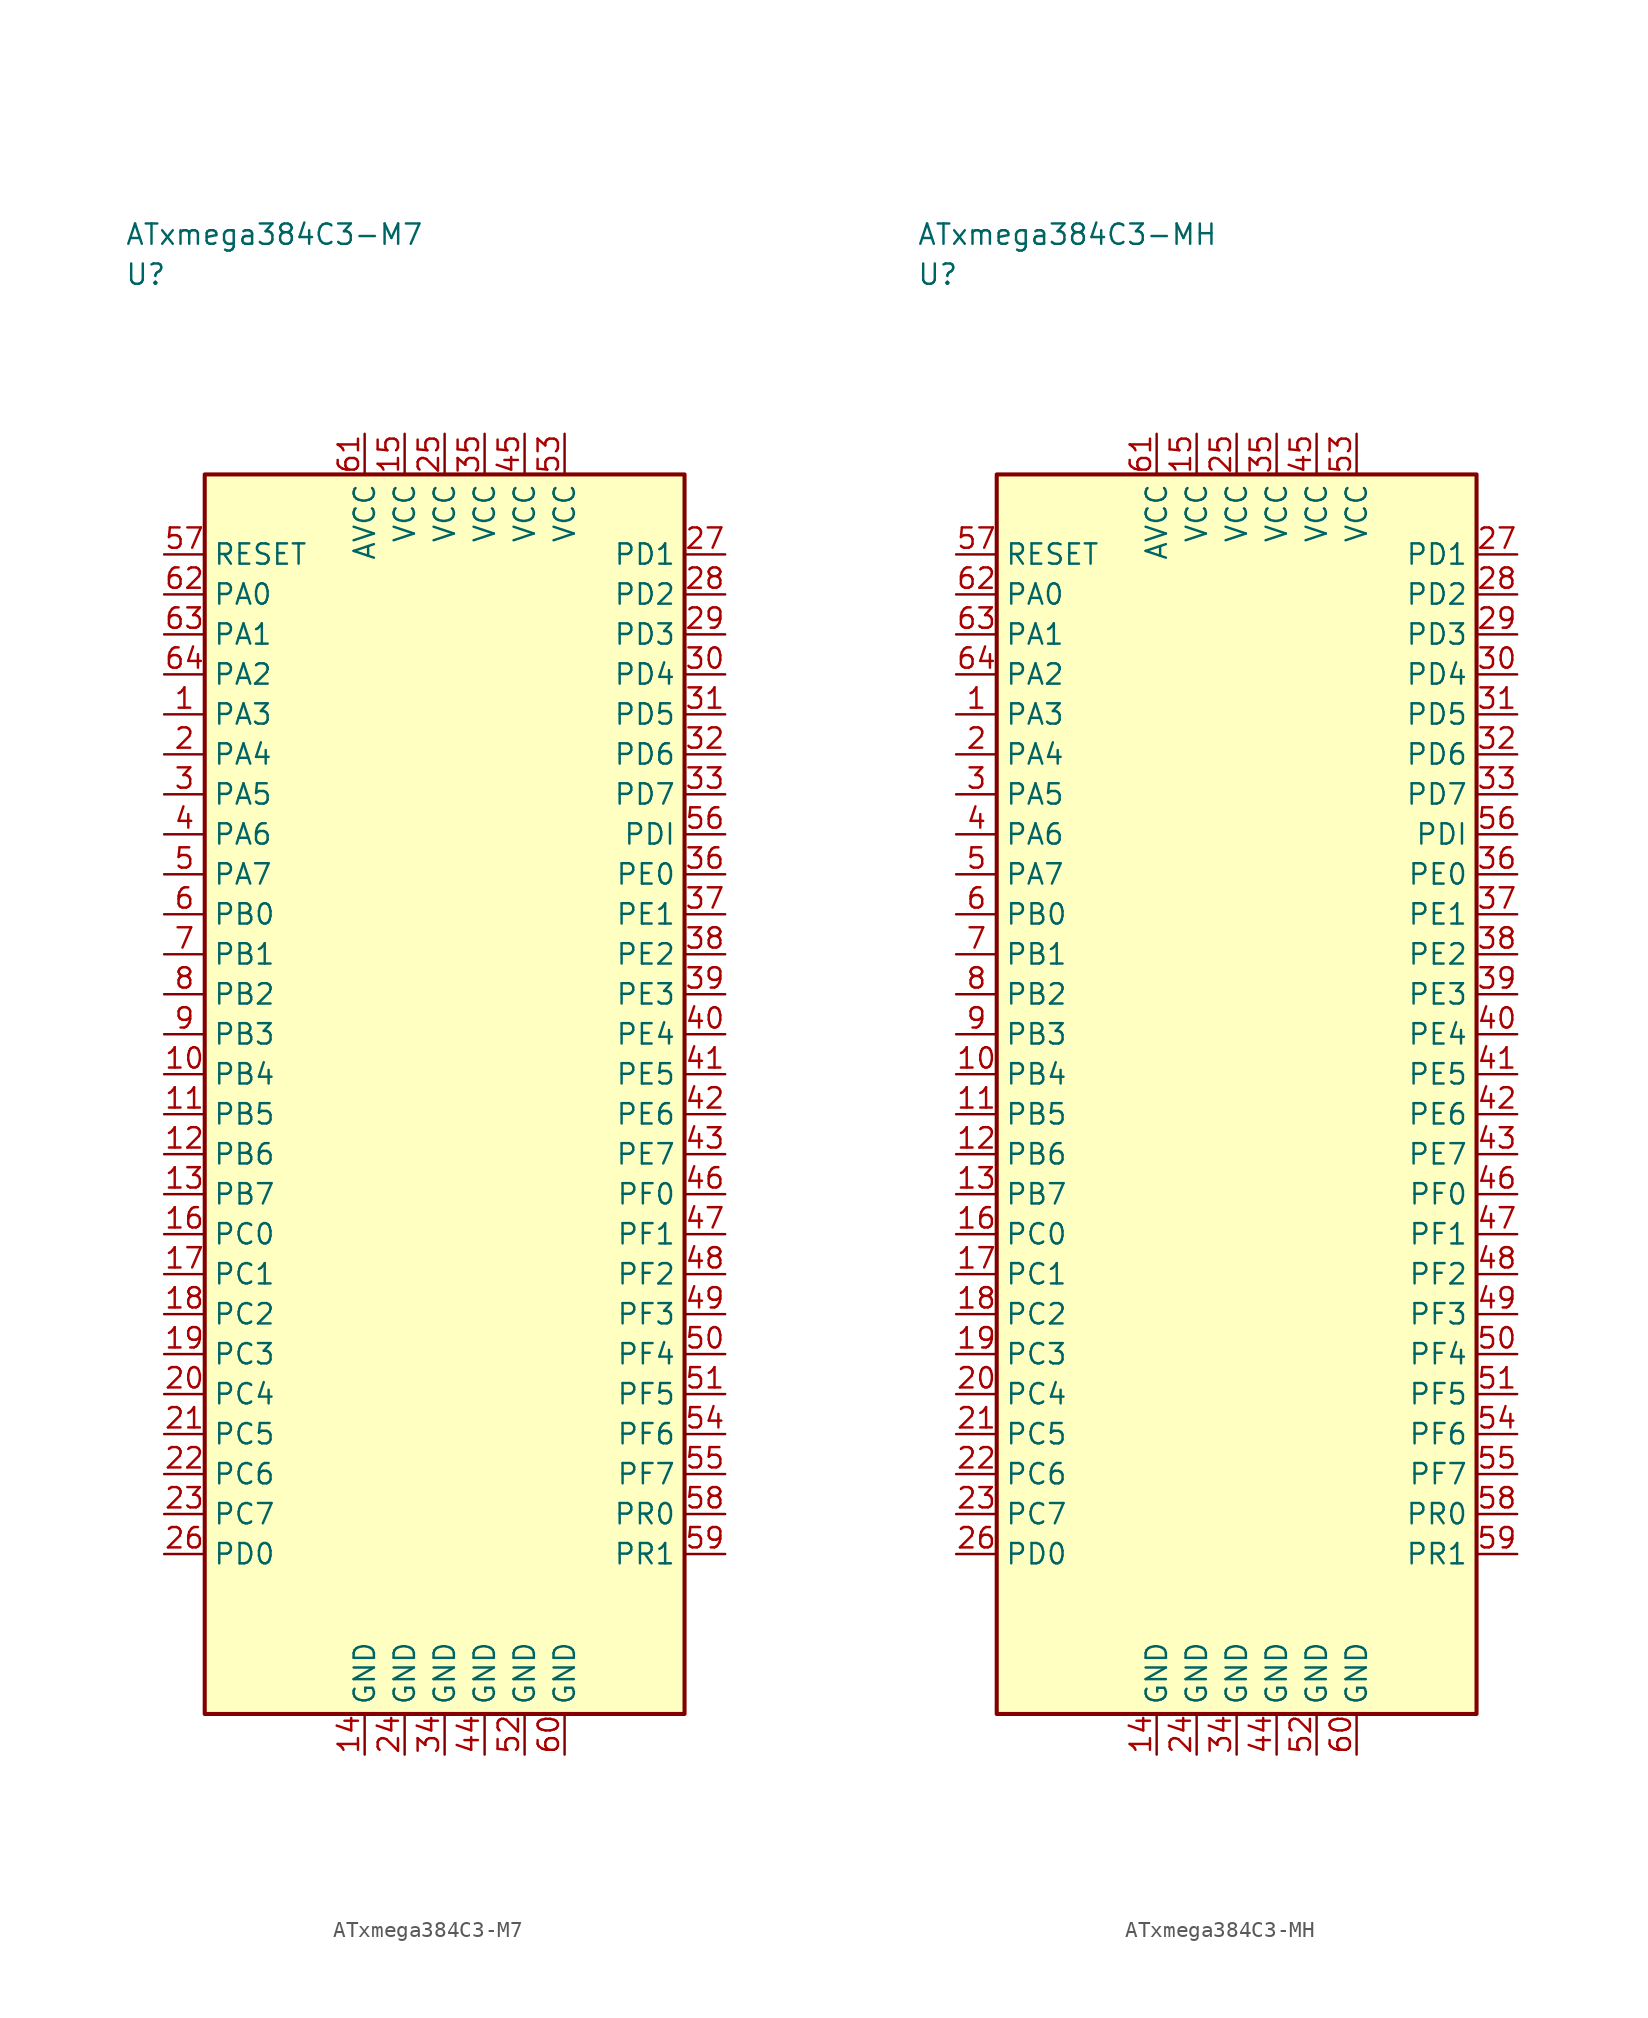
<source format=kicad_sym>
(kicad_symbol_lib
  (version 20241025)
  (generator "kicad_symbol_editor")
  (generator_version "8.0")
  (symbol "ATxmega384C3-M7"
    (property "Reference" "U"
      (at -20.0 51.25 0)
      (effects (font (size 1.27 1.27)) (justify left)))
    (property "Value" "ATxmega384C3-M7"
      (at -20.0 53.75 0)
      (effects (font (size 1.27 1.27)) (justify left)))
    (symbol "ATxmega384C3-M7_0_1"
      (rectangle (start -15.0 38.75) (end 15.0 -38.75) (stroke (width 0.254) (type default)) (fill (type background))))
    (symbol "ATxmega384C3-M7_1_1"
      (pin bidirectional line (at -17.54 23.75 0.0) (length 2.54) (name "PA3" (effects (font (size 1.27 1.27)))) (number "1" (effects (font (size 1.27 1.27)))))
      (pin bidirectional line (at -17.54 21.25 0.0) (length 2.54) (name "PA4" (effects (font (size 1.27 1.27)))) (number "2" (effects (font (size 1.27 1.27)))))
      (pin bidirectional line (at -17.54 18.75 0.0) (length 2.54) (name "PA5" (effects (font (size 1.27 1.27)))) (number "3" (effects (font (size 1.27 1.27)))))
      (pin bidirectional line (at -17.54 16.25 0.0) (length 2.54) (name "PA6" (effects (font (size 1.27 1.27)))) (number "4" (effects (font (size 1.27 1.27)))))
      (pin bidirectional line (at -17.54 13.75 0.0) (length 2.54) (name "PA7" (effects (font (size 1.27 1.27)))) (number "5" (effects (font (size 1.27 1.27)))))
      (pin bidirectional line (at -17.54 11.25 0.0) (length 2.54) (name "PB0" (effects (font (size 1.27 1.27)))) (number "6" (effects (font (size 1.27 1.27)))))
      (pin bidirectional line (at -17.54 8.75 0.0) (length 2.54) (name "PB1" (effects (font (size 1.27 1.27)))) (number "7" (effects (font (size 1.27 1.27)))))
      (pin bidirectional line (at -17.54 6.25 0.0) (length 2.54) (name "PB2" (effects (font (size 1.27 1.27)))) (number "8" (effects (font (size 1.27 1.27)))))
      (pin bidirectional line (at -17.54 3.75 0.0) (length 2.54) (name "PB3" (effects (font (size 1.27 1.27)))) (number "9" (effects (font (size 1.27 1.27)))))
      (pin bidirectional line (at -17.54 1.25 0.0) (length 2.54) (name "PB4" (effects (font (size 1.27 1.27)))) (number "10" (effects (font (size 1.27 1.27)))))
      (pin bidirectional line (at -17.54 -1.25 0.0) (length 2.54) (name "PB5" (effects (font (size 1.27 1.27)))) (number "11" (effects (font (size 1.27 1.27)))))
      (pin bidirectional line (at -17.54 -3.75 0.0) (length 2.54) (name "PB6" (effects (font (size 1.27 1.27)))) (number "12" (effects (font (size 1.27 1.27)))))
      (pin bidirectional line (at -17.54 -6.25 0.0) (length 2.54) (name "PB7" (effects (font (size 1.27 1.27)))) (number "13" (effects (font (size 1.27 1.27)))))
      (pin passive line (at -5.0 -41.29 90.0) (length 2.54) (name "GND" (effects (font (size 1.27 1.27)))) (number "14" (effects (font (size 1.27 1.27)))))
      (pin power_in line (at -2.5 41.29 270.0) (length 2.54) (name "VCC" (effects (font (size 1.27 1.27)))) (number "15" (effects (font (size 1.27 1.27)))))
      (pin bidirectional line (at -17.54 -8.75 0.0) (length 2.54) (name "PC0" (effects (font (size 1.27 1.27)))) (number "16" (effects (font (size 1.27 1.27)))))
      (pin bidirectional line (at -17.54 -11.25 0.0) (length 2.54) (name "PC1" (effects (font (size 1.27 1.27)))) (number "17" (effects (font (size 1.27 1.27)))))
      (pin bidirectional line (at -17.54 -13.75 0.0) (length 2.54) (name "PC2" (effects (font (size 1.27 1.27)))) (number "18" (effects (font (size 1.27 1.27)))))
      (pin bidirectional line (at -17.54 -16.25 0.0) (length 2.54) (name "PC3" (effects (font (size 1.27 1.27)))) (number "19" (effects (font (size 1.27 1.27)))))
      (pin bidirectional line (at -17.54 -18.75 0.0) (length 2.54) (name "PC4" (effects (font (size 1.27 1.27)))) (number "20" (effects (font (size 1.27 1.27)))))
      (pin bidirectional line (at -17.54 -21.25 0.0) (length 2.54) (name "PC5" (effects (font (size 1.27 1.27)))) (number "21" (effects (font (size 1.27 1.27)))))
      (pin bidirectional line (at -17.54 -23.75 0.0) (length 2.54) (name "PC6" (effects (font (size 1.27 1.27)))) (number "22" (effects (font (size 1.27 1.27)))))
      (pin bidirectional line (at -17.54 -26.25 0.0) (length 2.54) (name "PC7" (effects (font (size 1.27 1.27)))) (number "23" (effects (font (size 1.27 1.27)))))
      (pin passive line (at -2.5 -41.29 90.0) (length 2.54) (name "GND" (effects (font (size 1.27 1.27)))) (number "24" (effects (font (size 1.27 1.27)))))
      (pin power_in line (at 0.0 41.29 270.0) (length 2.54) (name "VCC" (effects (font (size 1.27 1.27)))) (number "25" (effects (font (size 1.27 1.27)))))
      (pin bidirectional line (at -17.54 -28.75 0.0) (length 2.54) (name "PD0" (effects (font (size 1.27 1.27)))) (number "26" (effects (font (size 1.27 1.27)))))
      (pin bidirectional line (at 17.54 33.75 180.0) (length 2.54) (name "PD1" (effects (font (size 1.27 1.27)))) (number "27" (effects (font (size 1.27 1.27)))))
      (pin bidirectional line (at 17.54 31.25 180.0) (length 2.54) (name "PD2" (effects (font (size 1.27 1.27)))) (number "28" (effects (font (size 1.27 1.27)))))
      (pin bidirectional line (at 17.54 28.75 180.0) (length 2.54) (name "PD3" (effects (font (size 1.27 1.27)))) (number "29" (effects (font (size 1.27 1.27)))))
      (pin bidirectional line (at 17.54 26.25 180.0) (length 2.54) (name "PD4" (effects (font (size 1.27 1.27)))) (number "30" (effects (font (size 1.27 1.27)))))
      (pin bidirectional line (at 17.54 23.75 180.0) (length 2.54) (name "PD5" (effects (font (size 1.27 1.27)))) (number "31" (effects (font (size 1.27 1.27)))))
      (pin bidirectional line (at 17.54 21.25 180.0) (length 2.54) (name "PD6" (effects (font (size 1.27 1.27)))) (number "32" (effects (font (size 1.27 1.27)))))
      (pin bidirectional line (at 17.54 18.75 180.0) (length 2.54) (name "PD7" (effects (font (size 1.27 1.27)))) (number "33" (effects (font (size 1.27 1.27)))))
      (pin passive line (at 0.0 -41.29 90.0) (length 2.54) (name "GND" (effects (font (size 1.27 1.27)))) (number "34" (effects (font (size 1.27 1.27)))))
      (pin power_in line (at 2.5 41.29 270.0) (length 2.54) (name "VCC" (effects (font (size 1.27 1.27)))) (number "35" (effects (font (size 1.27 1.27)))))
      (pin bidirectional line (at 17.54 13.75 180.0) (length 2.54) (name "PE0" (effects (font (size 1.27 1.27)))) (number "36" (effects (font (size 1.27 1.27)))))
      (pin bidirectional line (at 17.54 11.25 180.0) (length 2.54) (name "PE1" (effects (font (size 1.27 1.27)))) (number "37" (effects (font (size 1.27 1.27)))))
      (pin bidirectional line (at 17.54 8.75 180.0) (length 2.54) (name "PE2" (effects (font (size 1.27 1.27)))) (number "38" (effects (font (size 1.27 1.27)))))
      (pin bidirectional line (at 17.54 6.25 180.0) (length 2.54) (name "PE3" (effects (font (size 1.27 1.27)))) (number "39" (effects (font (size 1.27 1.27)))))
      (pin bidirectional line (at 17.54 3.75 180.0) (length 2.54) (name "PE4" (effects (font (size 1.27 1.27)))) (number "40" (effects (font (size 1.27 1.27)))))
      (pin bidirectional line (at 17.54 1.25 180.0) (length 2.54) (name "PE5" (effects (font (size 1.27 1.27)))) (number "41" (effects (font (size 1.27 1.27)))))
      (pin bidirectional line (at 17.54 -1.25 180.0) (length 2.54) (name "PE6" (effects (font (size 1.27 1.27)))) (number "42" (effects (font (size 1.27 1.27)))))
      (pin bidirectional line (at 17.54 -3.75 180.0) (length 2.54) (name "PE7" (effects (font (size 1.27 1.27)))) (number "43" (effects (font (size 1.27 1.27)))))
      (pin passive line (at 2.5 -41.29 90.0) (length 2.54) (name "GND" (effects (font (size 1.27 1.27)))) (number "44" (effects (font (size 1.27 1.27)))))
      (pin power_in line (at 5.0 41.29 270.0) (length 2.54) (name "VCC" (effects (font (size 1.27 1.27)))) (number "45" (effects (font (size 1.27 1.27)))))
      (pin bidirectional line (at 17.54 -6.25 180.0) (length 2.54) (name "PF0" (effects (font (size 1.27 1.27)))) (number "46" (effects (font (size 1.27 1.27)))))
      (pin bidirectional line (at 17.54 -8.75 180.0) (length 2.54) (name "PF1" (effects (font (size 1.27 1.27)))) (number "47" (effects (font (size 1.27 1.27)))))
      (pin bidirectional line (at 17.54 -11.25 180.0) (length 2.54) (name "PF2" (effects (font (size 1.27 1.27)))) (number "48" (effects (font (size 1.27 1.27)))))
      (pin bidirectional line (at 17.54 -13.75 180.0) (length 2.54) (name "PF3" (effects (font (size 1.27 1.27)))) (number "49" (effects (font (size 1.27 1.27)))))
      (pin bidirectional line (at 17.54 -16.25 180.0) (length 2.54) (name "PF4" (effects (font (size 1.27 1.27)))) (number "50" (effects (font (size 1.27 1.27)))))
      (pin bidirectional line (at 17.54 -18.75 180.0) (length 2.54) (name "PF5" (effects (font (size 1.27 1.27)))) (number "51" (effects (font (size 1.27 1.27)))))
      (pin passive line (at 5.0 -41.29 90.0) (length 2.54) (name "GND" (effects (font (size 1.27 1.27)))) (number "52" (effects (font (size 1.27 1.27)))))
      (pin power_in line (at 7.5 41.29 270.0) (length 2.54) (name "VCC" (effects (font (size 1.27 1.27)))) (number "53" (effects (font (size 1.27 1.27)))))
      (pin bidirectional line (at 17.54 -21.25 180.0) (length 2.54) (name "PF6" (effects (font (size 1.27 1.27)))) (number "54" (effects (font (size 1.27 1.27)))))
      (pin bidirectional line (at 17.54 -23.75 180.0) (length 2.54) (name "PF7" (effects (font (size 1.27 1.27)))) (number "55" (effects (font (size 1.27 1.27)))))
      (pin bidirectional line (at 17.54 16.25 180.0) (length 2.54) (name "PDI" (effects (font (size 1.27 1.27)))) (number "56" (effects (font (size 1.27 1.27)))))
      (pin input line (at -17.54 33.75 0.0) (length 2.54) (name "RESET" (effects (font (size 1.27 1.27)))) (number "57" (effects (font (size 1.27 1.27)))))
      (pin bidirectional line (at 17.54 -26.25 180.0) (length 2.54) (name "PR0" (effects (font (size 1.27 1.27)))) (number "58" (effects (font (size 1.27 1.27)))))
      (pin bidirectional line (at 17.54 -28.75 180.0) (length 2.54) (name "PR1" (effects (font (size 1.27 1.27)))) (number "59" (effects (font (size 1.27 1.27)))))
      (pin passive line (at 7.5 -41.29 90.0) (length 2.54) (name "GND" (effects (font (size 1.27 1.27)))) (number "60" (effects (font (size 1.27 1.27)))))
      (pin power_in line (at -5.0 41.29 270.0) (length 2.54) (name "AVCC" (effects (font (size 1.27 1.27)))) (number "61" (effects (font (size 1.27 1.27)))))
      (pin bidirectional line (at -17.54 31.25 0.0) (length 2.54) (name "PA0" (effects (font (size 1.27 1.27)))) (number "62" (effects (font (size 1.27 1.27)))))
      (pin bidirectional line (at -17.54 28.75 0.0) (length 2.54) (name "PA1" (effects (font (size 1.27 1.27)))) (number "63" (effects (font (size 1.27 1.27)))))
      (pin bidirectional line (at -17.54 26.25 0.0) (length 2.54) (name "PA2" (effects (font (size 1.27 1.27)))) (number "64" (effects (font (size 1.27 1.27)))))))
  (symbol "ATxmega384C3-MH"
    (property "Reference" "U"
      (at -20.0 51.25 0)
      (effects (font (size 1.27 1.27)) (justify left)))
    (property "Value" "ATxmega384C3-MH"
      (at -20.0 53.75 0)
      (effects (font (size 1.27 1.27)) (justify left)))
    (symbol "ATxmega384C3-MH_0_1"
      (rectangle (start -15.0 38.75) (end 15.0 -38.75) (stroke (width 0.254) (type default)) (fill (type background))))
    (symbol "ATxmega384C3-MH_1_1"
      (pin bidirectional line (at -17.54 23.75 0.0) (length 2.54) (name "PA3" (effects (font (size 1.27 1.27)))) (number "1" (effects (font (size 1.27 1.27)))))
      (pin bidirectional line (at -17.54 21.25 0.0) (length 2.54) (name "PA4" (effects (font (size 1.27 1.27)))) (number "2" (effects (font (size 1.27 1.27)))))
      (pin bidirectional line (at -17.54 18.75 0.0) (length 2.54) (name "PA5" (effects (font (size 1.27 1.27)))) (number "3" (effects (font (size 1.27 1.27)))))
      (pin bidirectional line (at -17.54 16.25 0.0) (length 2.54) (name "PA6" (effects (font (size 1.27 1.27)))) (number "4" (effects (font (size 1.27 1.27)))))
      (pin bidirectional line (at -17.54 13.75 0.0) (length 2.54) (name "PA7" (effects (font (size 1.27 1.27)))) (number "5" (effects (font (size 1.27 1.27)))))
      (pin bidirectional line (at -17.54 11.25 0.0) (length 2.54) (name "PB0" (effects (font (size 1.27 1.27)))) (number "6" (effects (font (size 1.27 1.27)))))
      (pin bidirectional line (at -17.54 8.75 0.0) (length 2.54) (name "PB1" (effects (font (size 1.27 1.27)))) (number "7" (effects (font (size 1.27 1.27)))))
      (pin bidirectional line (at -17.54 6.25 0.0) (length 2.54) (name "PB2" (effects (font (size 1.27 1.27)))) (number "8" (effects (font (size 1.27 1.27)))))
      (pin bidirectional line (at -17.54 3.75 0.0) (length 2.54) (name "PB3" (effects (font (size 1.27 1.27)))) (number "9" (effects (font (size 1.27 1.27)))))
      (pin bidirectional line (at -17.54 1.25 0.0) (length 2.54) (name "PB4" (effects (font (size 1.27 1.27)))) (number "10" (effects (font (size 1.27 1.27)))))
      (pin bidirectional line (at -17.54 -1.25 0.0) (length 2.54) (name "PB5" (effects (font (size 1.27 1.27)))) (number "11" (effects (font (size 1.27 1.27)))))
      (pin bidirectional line (at -17.54 -3.75 0.0) (length 2.54) (name "PB6" (effects (font (size 1.27 1.27)))) (number "12" (effects (font (size 1.27 1.27)))))
      (pin bidirectional line (at -17.54 -6.25 0.0) (length 2.54) (name "PB7" (effects (font (size 1.27 1.27)))) (number "13" (effects (font (size 1.27 1.27)))))
      (pin passive line (at -5.0 -41.29 90.0) (length 2.54) (name "GND" (effects (font (size 1.27 1.27)))) (number "14" (effects (font (size 1.27 1.27)))))
      (pin power_in line (at -2.5 41.29 270.0) (length 2.54) (name "VCC" (effects (font (size 1.27 1.27)))) (number "15" (effects (font (size 1.27 1.27)))))
      (pin bidirectional line (at -17.54 -8.75 0.0) (length 2.54) (name "PC0" (effects (font (size 1.27 1.27)))) (number "16" (effects (font (size 1.27 1.27)))))
      (pin bidirectional line (at -17.54 -11.25 0.0) (length 2.54) (name "PC1" (effects (font (size 1.27 1.27)))) (number "17" (effects (font (size 1.27 1.27)))))
      (pin bidirectional line (at -17.54 -13.75 0.0) (length 2.54) (name "PC2" (effects (font (size 1.27 1.27)))) (number "18" (effects (font (size 1.27 1.27)))))
      (pin bidirectional line (at -17.54 -16.25 0.0) (length 2.54) (name "PC3" (effects (font (size 1.27 1.27)))) (number "19" (effects (font (size 1.27 1.27)))))
      (pin bidirectional line (at -17.54 -18.75 0.0) (length 2.54) (name "PC4" (effects (font (size 1.27 1.27)))) (number "20" (effects (font (size 1.27 1.27)))))
      (pin bidirectional line (at -17.54 -21.25 0.0) (length 2.54) (name "PC5" (effects (font (size 1.27 1.27)))) (number "21" (effects (font (size 1.27 1.27)))))
      (pin bidirectional line (at -17.54 -23.75 0.0) (length 2.54) (name "PC6" (effects (font (size 1.27 1.27)))) (number "22" (effects (font (size 1.27 1.27)))))
      (pin bidirectional line (at -17.54 -26.25 0.0) (length 2.54) (name "PC7" (effects (font (size 1.27 1.27)))) (number "23" (effects (font (size 1.27 1.27)))))
      (pin passive line (at -2.5 -41.29 90.0) (length 2.54) (name "GND" (effects (font (size 1.27 1.27)))) (number "24" (effects (font (size 1.27 1.27)))))
      (pin power_in line (at 0.0 41.29 270.0) (length 2.54) (name "VCC" (effects (font (size 1.27 1.27)))) (number "25" (effects (font (size 1.27 1.27)))))
      (pin bidirectional line (at -17.54 -28.75 0.0) (length 2.54) (name "PD0" (effects (font (size 1.27 1.27)))) (number "26" (effects (font (size 1.27 1.27)))))
      (pin bidirectional line (at 17.54 33.75 180.0) (length 2.54) (name "PD1" (effects (font (size 1.27 1.27)))) (number "27" (effects (font (size 1.27 1.27)))))
      (pin bidirectional line (at 17.54 31.25 180.0) (length 2.54) (name "PD2" (effects (font (size 1.27 1.27)))) (number "28" (effects (font (size 1.27 1.27)))))
      (pin bidirectional line (at 17.54 28.75 180.0) (length 2.54) (name "PD3" (effects (font (size 1.27 1.27)))) (number "29" (effects (font (size 1.27 1.27)))))
      (pin bidirectional line (at 17.54 26.25 180.0) (length 2.54) (name "PD4" (effects (font (size 1.27 1.27)))) (number "30" (effects (font (size 1.27 1.27)))))
      (pin bidirectional line (at 17.54 23.75 180.0) (length 2.54) (name "PD5" (effects (font (size 1.27 1.27)))) (number "31" (effects (font (size 1.27 1.27)))))
      (pin bidirectional line (at 17.54 21.25 180.0) (length 2.54) (name "PD6" (effects (font (size 1.27 1.27)))) (number "32" (effects (font (size 1.27 1.27)))))
      (pin bidirectional line (at 17.54 18.75 180.0) (length 2.54) (name "PD7" (effects (font (size 1.27 1.27)))) (number "33" (effects (font (size 1.27 1.27)))))
      (pin passive line (at 0.0 -41.29 90.0) (length 2.54) (name "GND" (effects (font (size 1.27 1.27)))) (number "34" (effects (font (size 1.27 1.27)))))
      (pin power_in line (at 2.5 41.29 270.0) (length 2.54) (name "VCC" (effects (font (size 1.27 1.27)))) (number "35" (effects (font (size 1.27 1.27)))))
      (pin bidirectional line (at 17.54 13.75 180.0) (length 2.54) (name "PE0" (effects (font (size 1.27 1.27)))) (number "36" (effects (font (size 1.27 1.27)))))
      (pin bidirectional line (at 17.54 11.25 180.0) (length 2.54) (name "PE1" (effects (font (size 1.27 1.27)))) (number "37" (effects (font (size 1.27 1.27)))))
      (pin bidirectional line (at 17.54 8.75 180.0) (length 2.54) (name "PE2" (effects (font (size 1.27 1.27)))) (number "38" (effects (font (size 1.27 1.27)))))
      (pin bidirectional line (at 17.54 6.25 180.0) (length 2.54) (name "PE3" (effects (font (size 1.27 1.27)))) (number "39" (effects (font (size 1.27 1.27)))))
      (pin bidirectional line (at 17.54 3.75 180.0) (length 2.54) (name "PE4" (effects (font (size 1.27 1.27)))) (number "40" (effects (font (size 1.27 1.27)))))
      (pin bidirectional line (at 17.54 1.25 180.0) (length 2.54) (name "PE5" (effects (font (size 1.27 1.27)))) (number "41" (effects (font (size 1.27 1.27)))))
      (pin bidirectional line (at 17.54 -1.25 180.0) (length 2.54) (name "PE6" (effects (font (size 1.27 1.27)))) (number "42" (effects (font (size 1.27 1.27)))))
      (pin bidirectional line (at 17.54 -3.75 180.0) (length 2.54) (name "PE7" (effects (font (size 1.27 1.27)))) (number "43" (effects (font (size 1.27 1.27)))))
      (pin passive line (at 2.5 -41.29 90.0) (length 2.54) (name "GND" (effects (font (size 1.27 1.27)))) (number "44" (effects (font (size 1.27 1.27)))))
      (pin power_in line (at 5.0 41.29 270.0) (length 2.54) (name "VCC" (effects (font (size 1.27 1.27)))) (number "45" (effects (font (size 1.27 1.27)))))
      (pin bidirectional line (at 17.54 -6.25 180.0) (length 2.54) (name "PF0" (effects (font (size 1.27 1.27)))) (number "46" (effects (font (size 1.27 1.27)))))
      (pin bidirectional line (at 17.54 -8.75 180.0) (length 2.54) (name "PF1" (effects (font (size 1.27 1.27)))) (number "47" (effects (font (size 1.27 1.27)))))
      (pin bidirectional line (at 17.54 -11.25 180.0) (length 2.54) (name "PF2" (effects (font (size 1.27 1.27)))) (number "48" (effects (font (size 1.27 1.27)))))
      (pin bidirectional line (at 17.54 -13.75 180.0) (length 2.54) (name "PF3" (effects (font (size 1.27 1.27)))) (number "49" (effects (font (size 1.27 1.27)))))
      (pin bidirectional line (at 17.54 -16.25 180.0) (length 2.54) (name "PF4" (effects (font (size 1.27 1.27)))) (number "50" (effects (font (size 1.27 1.27)))))
      (pin bidirectional line (at 17.54 -18.75 180.0) (length 2.54) (name "PF5" (effects (font (size 1.27 1.27)))) (number "51" (effects (font (size 1.27 1.27)))))
      (pin passive line (at 5.0 -41.29 90.0) (length 2.54) (name "GND" (effects (font (size 1.27 1.27)))) (number "52" (effects (font (size 1.27 1.27)))))
      (pin power_in line (at 7.5 41.29 270.0) (length 2.54) (name "VCC" (effects (font (size 1.27 1.27)))) (number "53" (effects (font (size 1.27 1.27)))))
      (pin bidirectional line (at 17.54 -21.25 180.0) (length 2.54) (name "PF6" (effects (font (size 1.27 1.27)))) (number "54" (effects (font (size 1.27 1.27)))))
      (pin bidirectional line (at 17.54 -23.75 180.0) (length 2.54) (name "PF7" (effects (font (size 1.27 1.27)))) (number "55" (effects (font (size 1.27 1.27)))))
      (pin bidirectional line (at 17.54 16.25 180.0) (length 2.54) (name "PDI" (effects (font (size 1.27 1.27)))) (number "56" (effects (font (size 1.27 1.27)))))
      (pin input line (at -17.54 33.75 0.0) (length 2.54) (name "RESET" (effects (font (size 1.27 1.27)))) (number "57" (effects (font (size 1.27 1.27)))))
      (pin bidirectional line (at 17.54 -26.25 180.0) (length 2.54) (name "PR0" (effects (font (size 1.27 1.27)))) (number "58" (effects (font (size 1.27 1.27)))))
      (pin bidirectional line (at 17.54 -28.75 180.0) (length 2.54) (name "PR1" (effects (font (size 1.27 1.27)))) (number "59" (effects (font (size 1.27 1.27)))))
      (pin passive line (at 7.5 -41.29 90.0) (length 2.54) (name "GND" (effects (font (size 1.27 1.27)))) (number "60" (effects (font (size 1.27 1.27)))))
      (pin power_in line (at -5.0 41.29 270.0) (length 2.54) (name "AVCC" (effects (font (size 1.27 1.27)))) (number "61" (effects (font (size 1.27 1.27)))))
      (pin bidirectional line (at -17.54 31.25 0.0) (length 2.54) (name "PA0" (effects (font (size 1.27 1.27)))) (number "62" (effects (font (size 1.27 1.27)))))
      (pin bidirectional line (at -17.54 28.75 0.0) (length 2.54) (name "PA1" (effects (font (size 1.27 1.27)))) (number "63" (effects (font (size 1.27 1.27)))))
      (pin bidirectional line (at -17.54 26.25 0.0) (length 2.54) (name "PA2" (effects (font (size 1.27 1.27)))) (number "64" (effects (font (size 1.27 1.27))))))))
</source>
